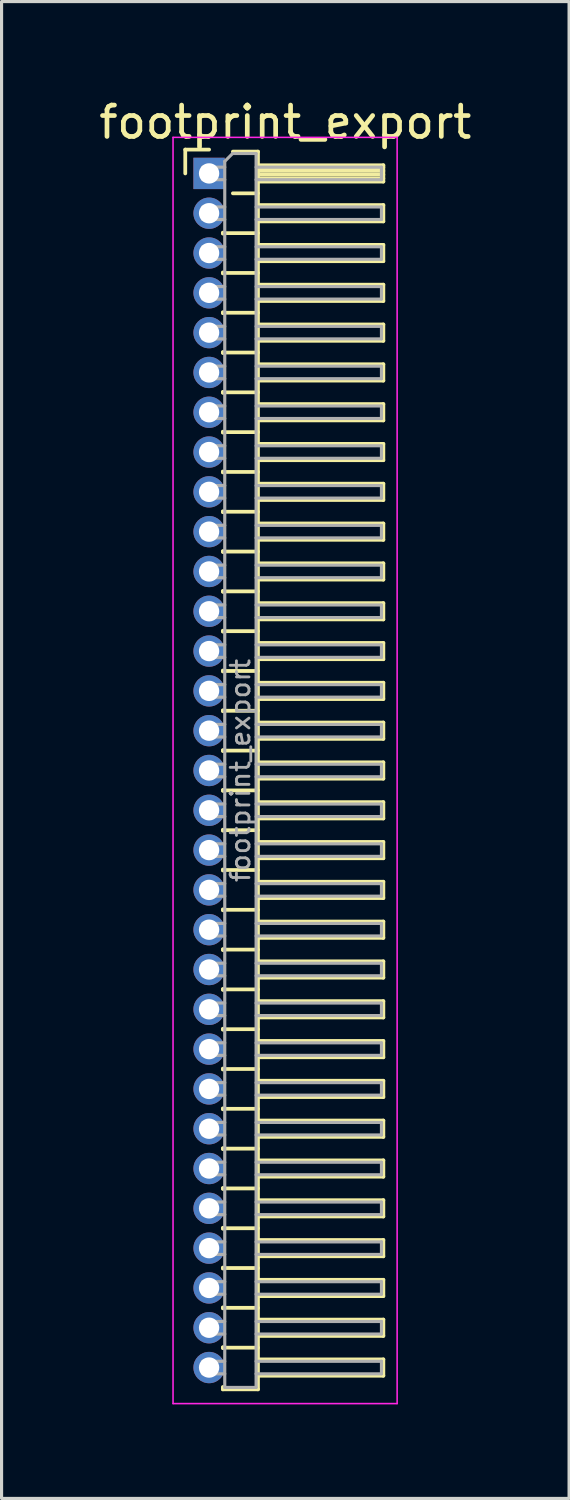
<source format=kicad_pcb>
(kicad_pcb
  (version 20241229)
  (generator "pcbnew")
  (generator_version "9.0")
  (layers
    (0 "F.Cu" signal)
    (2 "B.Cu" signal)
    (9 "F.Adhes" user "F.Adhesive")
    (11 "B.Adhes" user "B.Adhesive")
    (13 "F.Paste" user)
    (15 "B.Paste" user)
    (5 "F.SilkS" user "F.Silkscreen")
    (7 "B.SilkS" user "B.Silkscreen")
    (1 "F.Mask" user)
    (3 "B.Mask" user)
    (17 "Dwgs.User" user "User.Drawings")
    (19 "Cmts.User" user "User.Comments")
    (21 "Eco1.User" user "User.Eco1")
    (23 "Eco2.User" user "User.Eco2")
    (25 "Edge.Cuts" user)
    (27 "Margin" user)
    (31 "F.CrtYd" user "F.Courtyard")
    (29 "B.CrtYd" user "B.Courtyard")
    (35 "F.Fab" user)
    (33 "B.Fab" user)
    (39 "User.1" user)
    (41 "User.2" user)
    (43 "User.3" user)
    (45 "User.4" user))
  (footprint "footprint_export"
    (layer "F.Cu")
    (at 3.621 2.483)
    (property "Reference" "footprint_export" (at 2.433 -1.635 0) (layer "F.SilkS") (effects (font (size 1 1) (thickness 0.15))))
    (attr through_hole)
    (fp_line (start -0.76 -0.76) (end 0 -0.76) (stroke (width 0.12) (type solid)) (layer "F.SilkS"))
    (fp_line (start -0.76 0) (end -0.76 -0.76) (stroke (width 0.12) (type solid)) (layer "F.SilkS"))
    (fp_line (start 0.44 1.89) (end 0.44 1.92) (stroke (width 0.12) (type solid)) (layer "F.SilkS"))
    (fp_line (start 0.44 1.905) (end 1.56 1.905) (stroke (width 0.12) (type solid)) (layer "F.SilkS"))
    (fp_line (start 0.44 3.16) (end 0.44 3.19) (stroke (width 0.12) (type solid)) (layer "F.SilkS"))
    (fp_line (start 0.44 3.175) (end 1.56 3.175) (stroke (width 0.12) (type solid)) (layer "F.SilkS"))
    (fp_line (start 0.44 4.43) (end 0.44 4.46) (stroke (width 0.12) (type solid)) (layer "F.SilkS"))
    (fp_line (start 0.44 4.445) (end 1.56 4.445) (stroke (width 0.12) (type solid)) (layer "F.SilkS"))
    (fp_line (start 0.44 5.7) (end 0.44 5.73) (stroke (width 0.12) (type solid)) (layer "F.SilkS"))
    (fp_line (start 0.44 5.715) (end 1.56 5.715) (stroke (width 0.12) (type solid)) (layer "F.SilkS"))
    (fp_line (start 0.44 6.97) (end 0.44 7) (stroke (width 0.12) (type solid)) (layer "F.SilkS"))
    (fp_line (start 0.44 6.985) (end 1.56 6.985) (stroke (width 0.12) (type solid)) (layer "F.SilkS"))
    (fp_line (start 0.44 8.24) (end 0.44 8.27) (stroke (width 0.12) (type solid)) (layer "F.SilkS"))
    (fp_line (start 0.44 8.255) (end 1.56 8.255) (stroke (width 0.12) (type solid)) (layer "F.SilkS"))
    (fp_line (start 0.44 9.51) (end 0.44 9.54) (stroke (width 0.12) (type solid)) (layer "F.SilkS"))
    (fp_line (start 0.44 9.525) (end 1.56 9.525) (stroke (width 0.12) (type solid)) (layer "F.SilkS"))
    (fp_line (start 0.44 10.78) (end 0.44 10.81) (stroke (width 0.12) (type solid)) (layer "F.SilkS"))
    (fp_line (start 0.44 10.795) (end 1.56 10.795) (stroke (width 0.12) (type solid)) (layer "F.SilkS"))
    (fp_line (start 0.44 12.05) (end 0.44 12.08) (stroke (width 0.12) (type solid)) (layer "F.SilkS"))
    (fp_line (start 0.44 12.065) (end 1.56 12.065) (stroke (width 0.12) (type solid)) (layer "F.SilkS"))
    (fp_line (start 0.44 13.32) (end 0.44 13.35) (stroke (width 0.12) (type solid)) (layer "F.SilkS"))
    (fp_line (start 0.44 13.335) (end 1.56 13.335) (stroke (width 0.12) (type solid)) (layer "F.SilkS"))
    (fp_line (start 0.44 14.59) (end 0.44 14.62) (stroke (width 0.12) (type solid)) (layer "F.SilkS"))
    (fp_line (start 0.44 14.605) (end 1.56 14.605) (stroke (width 0.12) (type solid)) (layer "F.SilkS"))
    (fp_line (start 0.44 15.86) (end 0.44 15.89) (stroke (width 0.12) (type solid)) (layer "F.SilkS"))
    (fp_line (start 0.44 15.875) (end 1.56 15.875) (stroke (width 0.12) (type solid)) (layer "F.SilkS"))
    (fp_line (start 0.44 17.13) (end 0.44 17.16) (stroke (width 0.12) (type solid)) (layer "F.SilkS"))
    (fp_line (start 0.44 17.145) (end 1.56 17.145) (stroke (width 0.12) (type solid)) (layer "F.SilkS"))
    (fp_line (start 0.44 18.4) (end 0.44 18.43) (stroke (width 0.12) (type solid)) (layer "F.SilkS"))
    (fp_line (start 0.44 18.415) (end 1.56 18.415) (stroke (width 0.12) (type solid)) (layer "F.SilkS"))
    (fp_line (start 0.44 19.67) (end 0.44 19.7) (stroke (width 0.12) (type solid)) (layer "F.SilkS"))
    (fp_line (start 0.44 19.685) (end 1.56 19.685) (stroke (width 0.12) (type solid)) (layer "F.SilkS"))
    (fp_line (start 0.44 20.94) (end 0.44 20.97) (stroke (width 0.12) (type solid)) (layer "F.SilkS"))
    (fp_line (start 0.44 20.955) (end 1.56 20.955) (stroke (width 0.12) (type solid)) (layer "F.SilkS"))
    (fp_line (start 0.44 22.21) (end 0.44 22.24) (stroke (width 0.12) (type solid)) (layer "F.SilkS"))
    (fp_line (start 0.44 22.225) (end 1.56 22.225) (stroke (width 0.12) (type solid)) (layer "F.SilkS"))
    (fp_line (start 0.44 23.48) (end 0.44 23.51) (stroke (width 0.12) (type solid)) (layer "F.SilkS"))
    (fp_line (start 0.44 23.495) (end 1.56 23.495) (stroke (width 0.12) (type solid)) (layer "F.SilkS"))
    (fp_line (start 0.44 24.75) (end 0.44 24.78) (stroke (width 0.12) (type solid)) (layer "F.SilkS"))
    (fp_line (start 0.44 24.765) (end 1.56 24.765) (stroke (width 0.12) (type solid)) (layer "F.SilkS"))
    (fp_line (start 0.44 26.02) (end 0.44 26.05) (stroke (width 0.12) (type solid)) (layer "F.SilkS"))
    (fp_line (start 0.44 26.035) (end 1.56 26.035) (stroke (width 0.12) (type solid)) (layer "F.SilkS"))
    (fp_line (start 0.44 27.29) (end 0.44 27.32) (stroke (width 0.12) (type solid)) (layer "F.SilkS"))
    (fp_line (start 0.44 27.305) (end 1.56 27.305) (stroke (width 0.12) (type solid)) (layer "F.SilkS"))
    (fp_line (start 0.44 28.56) (end 0.44 28.59) (stroke (width 0.12) (type solid)) (layer "F.SilkS"))
    (fp_line (start 0.44 28.575) (end 1.56 28.575) (stroke (width 0.12) (type solid)) (layer "F.SilkS"))
    (fp_line (start 0.44 29.83) (end 0.44 29.86) (stroke (width 0.12) (type solid)) (layer "F.SilkS"))
    (fp_line (start 0.44 29.845) (end 1.56 29.845) (stroke (width 0.12) (type solid)) (layer "F.SilkS"))
    (fp_line (start 0.44 31.1) (end 0.44 31.13) (stroke (width 0.12) (type solid)) (layer "F.SilkS"))
    (fp_line (start 0.44 31.115) (end 1.56 31.115) (stroke (width 0.12) (type solid)) (layer "F.SilkS"))
    (fp_line (start 0.44 32.37) (end 0.44 32.4) (stroke (width 0.12) (type solid)) (layer "F.SilkS"))
    (fp_line (start 0.44 32.385) (end 1.56 32.385) (stroke (width 0.12) (type solid)) (layer "F.SilkS"))
    (fp_line (start 0.44 33.64) (end 0.44 33.67) (stroke (width 0.12) (type solid)) (layer "F.SilkS"))
    (fp_line (start 0.44 33.655) (end 1.56 33.655) (stroke (width 0.12) (type solid)) (layer "F.SilkS"))
    (fp_line (start 0.44 34.91) (end 0.44 34.94) (stroke (width 0.12) (type solid)) (layer "F.SilkS"))
    (fp_line (start 0.44 34.925) (end 1.56 34.925) (stroke (width 0.12) (type solid)) (layer "F.SilkS"))
    (fp_line (start 0.44 36.18) (end 0.44 36.21) (stroke (width 0.12) (type solid)) (layer "F.SilkS"))
    (fp_line (start 0.44 36.195) (end 1.56 36.195) (stroke (width 0.12) (type solid)) (layer "F.SilkS"))
    (fp_line (start 0.44 37.45) (end 0.44 37.48) (stroke (width 0.12) (type solid)) (layer "F.SilkS"))
    (fp_line (start 0.44 37.465) (end 1.56 37.465) (stroke (width 0.12) (type solid)) (layer "F.SilkS"))
    (fp_line (start 0.44 38.795) (end 0.44 38.72) (stroke (width 0.12) (type solid)) (layer "F.SilkS"))
    (fp_line (start 0.76 -0.695) (end 1.56 -0.695) (stroke (width 0.12) (type solid)) (layer "F.SilkS"))
    (fp_line (start 0.76 0.635) (end 1.56 0.635) (stroke (width 0.12) (type solid)) (layer "F.SilkS"))
    (fp_line (start 1.56 -0.695) (end 1.56 38.795) (stroke (width 0.12) (type solid)) (layer "F.SilkS"))
    (fp_line (start 1.56 -0.26) (end 5.56 -0.26) (stroke (width 0.12) (type solid)) (layer "F.SilkS"))
    (fp_line (start 1.56 -0.2) (end 5.56 -0.2) (stroke (width 0.12) (type solid)) (layer "F.SilkS"))
    (fp_line (start 1.56 -0.08) (end 5.56 -0.08) (stroke (width 0.12) (type solid)) (layer "F.SilkS"))
    (fp_line (start 1.56 0.04) (end 5.56 0.04) (stroke (width 0.12) (type solid)) (layer "F.SilkS"))
    (fp_line (start 1.56 0.16) (end 5.56 0.16) (stroke (width 0.12) (type solid)) (layer "F.SilkS"))
    (fp_line (start 1.56 1.01) (end 5.56 1.01) (stroke (width 0.12) (type solid)) (layer "F.SilkS"))
    (fp_line (start 1.56 2.28) (end 5.56 2.28) (stroke (width 0.12) (type solid)) (layer "F.SilkS"))
    (fp_line (start 1.56 3.55) (end 5.56 3.55) (stroke (width 0.12) (type solid)) (layer "F.SilkS"))
    (fp_line (start 1.56 4.82) (end 5.56 4.82) (stroke (width 0.12) (type solid)) (layer "F.SilkS"))
    (fp_line (start 1.56 6.09) (end 5.56 6.09) (stroke (width 0.12) (type solid)) (layer "F.SilkS"))
    (fp_line (start 1.56 7.36) (end 5.56 7.36) (stroke (width 0.12) (type solid)) (layer "F.SilkS"))
    (fp_line (start 1.56 8.63) (end 5.56 8.63) (stroke (width 0.12) (type solid)) (layer "F.SilkS"))
    (fp_line (start 1.56 9.9) (end 5.56 9.9) (stroke (width 0.12) (type solid)) (layer "F.SilkS"))
    (fp_line (start 1.56 11.17) (end 5.56 11.17) (stroke (width 0.12) (type solid)) (layer "F.SilkS"))
    (fp_line (start 1.56 12.44) (end 5.56 12.44) (stroke (width 0.12) (type solid)) (layer "F.SilkS"))
    (fp_line (start 1.56 13.71) (end 5.56 13.71) (stroke (width 0.12) (type solid)) (layer "F.SilkS"))
    (fp_line (start 1.56 14.98) (end 5.56 14.98) (stroke (width 0.12) (type solid)) (layer "F.SilkS"))
    (fp_line (start 1.56 16.25) (end 5.56 16.25) (stroke (width 0.12) (type solid)) (layer "F.SilkS"))
    (fp_line (start 1.56 17.52) (end 5.56 17.52) (stroke (width 0.12) (type solid)) (layer "F.SilkS"))
    (fp_line (start 1.56 18.79) (end 5.56 18.79) (stroke (width 0.12) (type solid)) (layer "F.SilkS"))
    (fp_line (start 1.56 20.06) (end 5.56 20.06) (stroke (width 0.12) (type solid)) (layer "F.SilkS"))
    (fp_line (start 1.56 21.33) (end 5.56 21.33) (stroke (width 0.12) (type solid)) (layer "F.SilkS"))
    (fp_line (start 1.56 22.6) (end 5.56 22.6) (stroke (width 0.12) (type solid)) (layer "F.SilkS"))
    (fp_line (start 1.56 23.87) (end 5.56 23.87) (stroke (width 0.12) (type solid)) (layer "F.SilkS"))
    (fp_line (start 1.56 25.14) (end 5.56 25.14) (stroke (width 0.12) (type solid)) (layer "F.SilkS"))
    (fp_line (start 1.56 26.41) (end 5.56 26.41) (stroke (width 0.12) (type solid)) (layer "F.SilkS"))
    (fp_line (start 1.56 27.68) (end 5.56 27.68) (stroke (width 0.12) (type solid)) (layer "F.SilkS"))
    (fp_line (start 1.56 28.95) (end 5.56 28.95) (stroke (width 0.12) (type solid)) (layer "F.SilkS"))
    (fp_line (start 1.56 30.22) (end 5.56 30.22) (stroke (width 0.12) (type solid)) (layer "F.SilkS"))
    (fp_line (start 1.56 31.49) (end 5.56 31.49) (stroke (width 0.12) (type solid)) (layer "F.SilkS"))
    (fp_line (start 1.56 32.76) (end 5.56 32.76) (stroke (width 0.12) (type solid)) (layer "F.SilkS"))
    (fp_line (start 1.56 34.03) (end 5.56 34.03) (stroke (width 0.12) (type solid)) (layer "F.SilkS"))
    (fp_line (start 1.56 35.3) (end 5.56 35.3) (stroke (width 0.12) (type solid)) (layer "F.SilkS"))
    (fp_line (start 1.56 36.57) (end 5.56 36.57) (stroke (width 0.12) (type solid)) (layer "F.SilkS"))
    (fp_line (start 1.56 37.84) (end 5.56 37.84) (stroke (width 0.12) (type solid)) (layer "F.SilkS"))
    (fp_line (start 1.56 38.795) (end 0.44 38.795) (stroke (width 0.12) (type solid)) (layer "F.SilkS"))
    (fp_line (start 5.56 -0.26) (end 5.56 0.26) (stroke (width 0.12) (type solid)) (layer "F.SilkS"))
    (fp_line (start 5.56 0.26) (end 1.56 0.26) (stroke (width 0.12) (type solid)) (layer "F.SilkS"))
    (fp_line (start 5.56 1.01) (end 5.56 1.53) (stroke (width 0.12) (type solid)) (layer "F.SilkS"))
    (fp_line (start 5.56 1.53) (end 1.56 1.53) (stroke (width 0.12) (type solid)) (layer "F.SilkS"))
    (fp_line (start 5.56 2.28) (end 5.56 2.8) (stroke (width 0.12) (type solid)) (layer "F.SilkS"))
    (fp_line (start 5.56 2.8) (end 1.56 2.8) (stroke (width 0.12) (type solid)) (layer "F.SilkS"))
    (fp_line (start 5.56 3.55) (end 5.56 4.07) (stroke (width 0.12) (type solid)) (layer "F.SilkS"))
    (fp_line (start 5.56 4.07) (end 1.56 4.07) (stroke (width 0.12) (type solid)) (layer "F.SilkS"))
    (fp_line (start 5.56 4.82) (end 5.56 5.34) (stroke (width 0.12) (type solid)) (layer "F.SilkS"))
    (fp_line (start 5.56 5.34) (end 1.56 5.34) (stroke (width 0.12) (type solid)) (layer "F.SilkS"))
    (fp_line (start 5.56 6.09) (end 5.56 6.61) (stroke (width 0.12) (type solid)) (layer "F.SilkS"))
    (fp_line (start 5.56 6.61) (end 1.56 6.61) (stroke (width 0.12) (type solid)) (layer "F.SilkS"))
    (fp_line (start 5.56 7.36) (end 5.56 7.88) (stroke (width 0.12) (type solid)) (layer "F.SilkS"))
    (fp_line (start 5.56 7.88) (end 1.56 7.88) (stroke (width 0.12) (type solid)) (layer "F.SilkS"))
    (fp_line (start 5.56 8.63) (end 5.56 9.15) (stroke (width 0.12) (type solid)) (layer "F.SilkS"))
    (fp_line (start 5.56 9.15) (end 1.56 9.15) (stroke (width 0.12) (type solid)) (layer "F.SilkS"))
    (fp_line (start 5.56 9.9) (end 5.56 10.42) (stroke (width 0.12) (type solid)) (layer "F.SilkS"))
    (fp_line (start 5.56 10.42) (end 1.56 10.42) (stroke (width 0.12) (type solid)) (layer "F.SilkS"))
    (fp_line (start 5.56 11.17) (end 5.56 11.69) (stroke (width 0.12) (type solid)) (layer "F.SilkS"))
    (fp_line (start 5.56 11.69) (end 1.56 11.69) (stroke (width 0.12) (type solid)) (layer "F.SilkS"))
    (fp_line (start 5.56 12.44) (end 5.56 12.96) (stroke (width 0.12) (type solid)) (layer "F.SilkS"))
    (fp_line (start 5.56 12.96) (end 1.56 12.96) (stroke (width 0.12) (type solid)) (layer "F.SilkS"))
    (fp_line (start 5.56 13.71) (end 5.56 14.23) (stroke (width 0.12) (type solid)) (layer "F.SilkS"))
    (fp_line (start 5.56 14.23) (end 1.56 14.23) (stroke (width 0.12) (type solid)) (layer "F.SilkS"))
    (fp_line (start 5.56 14.98) (end 5.56 15.5) (stroke (width 0.12) (type solid)) (layer "F.SilkS"))
    (fp_line (start 5.56 15.5) (end 1.56 15.5) (stroke (width 0.12) (type solid)) (layer "F.SilkS"))
    (fp_line (start 5.56 16.25) (end 5.56 16.77) (stroke (width 0.12) (type solid)) (layer "F.SilkS"))
    (fp_line (start 5.56 16.77) (end 1.56 16.77) (stroke (width 0.12) (type solid)) (layer "F.SilkS"))
    (fp_line (start 5.56 17.52) (end 5.56 18.04) (stroke (width 0.12) (type solid)) (layer "F.SilkS"))
    (fp_line (start 5.56 18.04) (end 1.56 18.04) (stroke (width 0.12) (type solid)) (layer "F.SilkS"))
    (fp_line (start 5.56 18.79) (end 5.56 19.31) (stroke (width 0.12) (type solid)) (layer "F.SilkS"))
    (fp_line (start 5.56 19.31) (end 1.56 19.31) (stroke (width 0.12) (type solid)) (layer "F.SilkS"))
    (fp_line (start 5.56 20.06) (end 5.56 20.58) (stroke (width 0.12) (type solid)) (layer "F.SilkS"))
    (fp_line (start 5.56 20.58) (end 1.56 20.58) (stroke (width 0.12) (type solid)) (layer "F.SilkS"))
    (fp_line (start 5.56 21.33) (end 5.56 21.85) (stroke (width 0.12) (type solid)) (layer "F.SilkS"))
    (fp_line (start 5.56 21.85) (end 1.56 21.85) (stroke (width 0.12) (type solid)) (layer "F.SilkS"))
    (fp_line (start 5.56 22.6) (end 5.56 23.12) (stroke (width 0.12) (type solid)) (layer "F.SilkS"))
    (fp_line (start 5.56 23.12) (end 1.56 23.12) (stroke (width 0.12) (type solid)) (layer "F.SilkS"))
    (fp_line (start 5.56 23.87) (end 5.56 24.39) (stroke (width 0.12) (type solid)) (layer "F.SilkS"))
    (fp_line (start 5.56 24.39) (end 1.56 24.39) (stroke (width 0.12) (type solid)) (layer "F.SilkS"))
    (fp_line (start 5.56 25.14) (end 5.56 25.66) (stroke (width 0.12) (type solid)) (layer "F.SilkS"))
    (fp_line (start 5.56 25.66) (end 1.56 25.66) (stroke (width 0.12) (type solid)) (layer "F.SilkS"))
    (fp_line (start 5.56 26.41) (end 5.56 26.93) (stroke (width 0.12) (type solid)) (layer "F.SilkS"))
    (fp_line (start 5.56 26.93) (end 1.56 26.93) (stroke (width 0.12) (type solid)) (layer "F.SilkS"))
    (fp_line (start 5.56 27.68) (end 5.56 28.2) (stroke (width 0.12) (type solid)) (layer "F.SilkS"))
    (fp_line (start 5.56 28.2) (end 1.56 28.2) (stroke (width 0.12) (type solid)) (layer "F.SilkS"))
    (fp_line (start 5.56 28.95) (end 5.56 29.47) (stroke (width 0.12) (type solid)) (layer "F.SilkS"))
    (fp_line (start 5.56 29.47) (end 1.56 29.47) (stroke (width 0.12) (type solid)) (layer "F.SilkS"))
    (fp_line (start 5.56 30.22) (end 5.56 30.74) (stroke (width 0.12) (type solid)) (layer "F.SilkS"))
    (fp_line (start 5.56 30.74) (end 1.56 30.74) (stroke (width 0.12) (type solid)) (layer "F.SilkS"))
    (fp_line (start 5.56 31.49) (end 5.56 32.01) (stroke (width 0.12) (type solid)) (layer "F.SilkS"))
    (fp_line (start 5.56 32.01) (end 1.56 32.01) (stroke (width 0.12) (type solid)) (layer "F.SilkS"))
    (fp_line (start 5.56 32.76) (end 5.56 33.28) (stroke (width 0.12) (type solid)) (layer "F.SilkS"))
    (fp_line (start 5.56 33.28) (end 1.56 33.28) (stroke (width 0.12) (type solid)) (layer "F.SilkS"))
    (fp_line (start 5.56 34.03) (end 5.56 34.55) (stroke (width 0.12) (type solid)) (layer "F.SilkS"))
    (fp_line (start 5.56 34.55) (end 1.56 34.55) (stroke (width 0.12) (type solid)) (layer "F.SilkS"))
    (fp_line (start 5.56 35.3) (end 5.56 35.82) (stroke (width 0.12) (type solid)) (layer "F.SilkS"))
    (fp_line (start 5.56 35.82) (end 1.56 35.82) (stroke (width 0.12) (type solid)) (layer "F.SilkS"))
    (fp_line (start 5.56 36.57) (end 5.56 37.09) (stroke (width 0.12) (type solid)) (layer "F.SilkS"))
    (fp_line (start 5.56 37.09) (end 1.56 37.09) (stroke (width 0.12) (type solid)) (layer "F.SilkS"))
    (fp_line (start 5.56 37.84) (end 5.56 38.36) (stroke (width 0.12) (type solid)) (layer "F.SilkS"))
    (fp_line (start 5.56 38.36) (end 1.56 38.36) (stroke (width 0.12) (type solid)) (layer "F.SilkS"))
    (fp_line (start -1.15 -1.15) (end -1.15 39.25) (stroke (width 0.05) (type solid)) (layer "F.CrtYd"))
    (fp_line (start -1.15 39.25) (end 6 39.25) (stroke (width 0.05) (type solid)) (layer "F.CrtYd"))
    (fp_line (start 6 -1.15) (end -1.15 -1.15) (stroke (width 0.05) (type solid)) (layer "F.CrtYd"))
    (fp_line (start 6 39.25) (end 6 -1.15) (stroke (width 0.05) (type solid)) (layer "F.CrtYd"))
    (fp_line (start -0.2 -0.2) (end -0.2 0.2) (stroke (width 0.1) (type solid)) (layer "F.Fab"))
    (fp_line (start -0.2 -0.2) (end 0.5 -0.2) (stroke (width 0.1) (type solid)) (layer "F.Fab"))
    (fp_line (start -0.2 0.2) (end 0.5 0.2) (stroke (width 0.1) (type solid)) (layer "F.Fab"))
    (fp_line (start -0.2 1.07) (end -0.2 1.47) (stroke (width 0.1) (type solid)) (layer "F.Fab"))
    (fp_line (start -0.2 1.07) (end 0.5 1.07) (stroke (width 0.1) (type solid)) (layer "F.Fab"))
    (fp_line (start -0.2 1.47) (end 0.5 1.47) (stroke (width 0.1) (type solid)) (layer "F.Fab"))
    (fp_line (start -0.2 2.34) (end -0.2 2.74) (stroke (width 0.1) (type solid)) (layer "F.Fab"))
    (fp_line (start -0.2 2.34) (end 0.5 2.34) (stroke (width 0.1) (type solid)) (layer "F.Fab"))
    (fp_line (start -0.2 2.74) (end 0.5 2.74) (stroke (width 0.1) (type solid)) (layer "F.Fab"))
    (fp_line (start -0.2 3.61) (end -0.2 4.01) (stroke (width 0.1) (type solid)) (layer "F.Fab"))
    (fp_line (start -0.2 3.61) (end 0.5 3.61) (stroke (width 0.1) (type solid)) (layer "F.Fab"))
    (fp_line (start -0.2 4.01) (end 0.5 4.01) (stroke (width 0.1) (type solid)) (layer "F.Fab"))
    (fp_line (start -0.2 4.88) (end -0.2 5.28) (stroke (width 0.1) (type solid)) (layer "F.Fab"))
    (fp_line (start -0.2 4.88) (end 0.5 4.88) (stroke (width 0.1) (type solid)) (layer "F.Fab"))
    (fp_line (start -0.2 5.28) (end 0.5 5.28) (stroke (width 0.1) (type solid)) (layer "F.Fab"))
    (fp_line (start -0.2 6.15) (end -0.2 6.55) (stroke (width 0.1) (type solid)) (layer "F.Fab"))
    (fp_line (start -0.2 6.15) (end 0.5 6.15) (stroke (width 0.1) (type solid)) (layer "F.Fab"))
    (fp_line (start -0.2 6.55) (end 0.5 6.55) (stroke (width 0.1) (type solid)) (layer "F.Fab"))
    (fp_line (start -0.2 7.42) (end -0.2 7.82) (stroke (width 0.1) (type solid)) (layer "F.Fab"))
    (fp_line (start -0.2 7.42) (end 0.5 7.42) (stroke (width 0.1) (type solid)) (layer "F.Fab"))
    (fp_line (start -0.2 7.82) (end 0.5 7.82) (stroke (width 0.1) (type solid)) (layer "F.Fab"))
    (fp_line (start -0.2 8.69) (end -0.2 9.09) (stroke (width 0.1) (type solid)) (layer "F.Fab"))
    (fp_line (start -0.2 8.69) (end 0.5 8.69) (stroke (width 0.1) (type solid)) (layer "F.Fab"))
    (fp_line (start -0.2 9.09) (end 0.5 9.09) (stroke (width 0.1) (type solid)) (layer "F.Fab"))
    (fp_line (start -0.2 9.96) (end -0.2 10.36) (stroke (width 0.1) (type solid)) (layer "F.Fab"))
    (fp_line (start -0.2 9.96) (end 0.5 9.96) (stroke (width 0.1) (type solid)) (layer "F.Fab"))
    (fp_line (start -0.2 10.36) (end 0.5 10.36) (stroke (width 0.1) (type solid)) (layer "F.Fab"))
    (fp_line (start -0.2 11.23) (end -0.2 11.63) (stroke (width 0.1) (type solid)) (layer "F.Fab"))
    (fp_line (start -0.2 11.23) (end 0.5 11.23) (stroke (width 0.1) (type solid)) (layer "F.Fab"))
    (fp_line (start -0.2 11.63) (end 0.5 11.63) (stroke (width 0.1) (type solid)) (layer "F.Fab"))
    (fp_line (start -0.2 12.5) (end -0.2 12.9) (stroke (width 0.1) (type solid)) (layer "F.Fab"))
    (fp_line (start -0.2 12.5) (end 0.5 12.5) (stroke (width 0.1) (type solid)) (layer "F.Fab"))
    (fp_line (start -0.2 12.9) (end 0.5 12.9) (stroke (width 0.1) (type solid)) (layer "F.Fab"))
    (fp_line (start -0.2 13.77) (end -0.2 14.17) (stroke (width 0.1) (type solid)) (layer "F.Fab"))
    (fp_line (start -0.2 13.77) (end 0.5 13.77) (stroke (width 0.1) (type solid)) (layer "F.Fab"))
    (fp_line (start -0.2 14.17) (end 0.5 14.17) (stroke (width 0.1) (type solid)) (layer "F.Fab"))
    (fp_line (start -0.2 15.04) (end -0.2 15.44) (stroke (width 0.1) (type solid)) (layer "F.Fab"))
    (fp_line (start -0.2 15.04) (end 0.5 15.04) (stroke (width 0.1) (type solid)) (layer "F.Fab"))
    (fp_line (start -0.2 15.44) (end 0.5 15.44) (stroke (width 0.1) (type solid)) (layer "F.Fab"))
    (fp_line (start -0.2 16.31) (end -0.2 16.71) (stroke (width 0.1) (type solid)) (layer "F.Fab"))
    (fp_line (start -0.2 16.31) (end 0.5 16.31) (stroke (width 0.1) (type solid)) (layer "F.Fab"))
    (fp_line (start -0.2 16.71) (end 0.5 16.71) (stroke (width 0.1) (type solid)) (layer "F.Fab"))
    (fp_line (start -0.2 17.58) (end -0.2 17.98) (stroke (width 0.1) (type solid)) (layer "F.Fab"))
    (fp_line (start -0.2 17.58) (end 0.5 17.58) (stroke (width 0.1) (type solid)) (layer "F.Fab"))
    (fp_line (start -0.2 17.98) (end 0.5 17.98) (stroke (width 0.1) (type solid)) (layer "F.Fab"))
    (fp_line (start -0.2 18.85) (end -0.2 19.25) (stroke (width 0.1) (type solid)) (layer "F.Fab"))
    (fp_line (start -0.2 18.85) (end 0.5 18.85) (stroke (width 0.1) (type solid)) (layer "F.Fab"))
    (fp_line (start -0.2 19.25) (end 0.5 19.25) (stroke (width 0.1) (type solid)) (layer "F.Fab"))
    (fp_line (start -0.2 20.12) (end -0.2 20.52) (stroke (width 0.1) (type solid)) (layer "F.Fab"))
    (fp_line (start -0.2 20.12) (end 0.5 20.12) (stroke (width 0.1) (type solid)) (layer "F.Fab"))
    (fp_line (start -0.2 20.52) (end 0.5 20.52) (stroke (width 0.1) (type solid)) (layer "F.Fab"))
    (fp_line (start -0.2 21.39) (end -0.2 21.79) (stroke (width 0.1) (type solid)) (layer "F.Fab"))
    (fp_line (start -0.2 21.39) (end 0.5 21.39) (stroke (width 0.1) (type solid)) (layer "F.Fab"))
    (fp_line (start -0.2 21.79) (end 0.5 21.79) (stroke (width 0.1) (type solid)) (layer "F.Fab"))
    (fp_line (start -0.2 22.66) (end -0.2 23.06) (stroke (width 0.1) (type solid)) (layer "F.Fab"))
    (fp_line (start -0.2 22.66) (end 0.5 22.66) (stroke (width 0.1) (type solid)) (layer "F.Fab"))
    (fp_line (start -0.2 23.06) (end 0.5 23.06) (stroke (width 0.1) (type solid)) (layer "F.Fab"))
    (fp_line (start -0.2 23.93) (end -0.2 24.33) (stroke (width 0.1) (type solid)) (layer "F.Fab"))
    (fp_line (start -0.2 23.93) (end 0.5 23.93) (stroke (width 0.1) (type solid)) (layer "F.Fab"))
    (fp_line (start -0.2 24.33) (end 0.5 24.33) (stroke (width 0.1) (type solid)) (layer "F.Fab"))
    (fp_line (start -0.2 25.2) (end -0.2 25.6) (stroke (width 0.1) (type solid)) (layer "F.Fab"))
    (fp_line (start -0.2 25.2) (end 0.5 25.2) (stroke (width 0.1) (type solid)) (layer "F.Fab"))
    (fp_line (start -0.2 25.6) (end 0.5 25.6) (stroke (width 0.1) (type solid)) (layer "F.Fab"))
    (fp_line (start -0.2 26.47) (end -0.2 26.87) (stroke (width 0.1) (type solid)) (layer "F.Fab"))
    (fp_line (start -0.2 26.47) (end 0.5 26.47) (stroke (width 0.1) (type solid)) (layer "F.Fab"))
    (fp_line (start -0.2 26.87) (end 0.5 26.87) (stroke (width 0.1) (type solid)) (layer "F.Fab"))
    (fp_line (start -0.2 27.74) (end -0.2 28.14) (stroke (width 0.1) (type solid)) (layer "F.Fab"))
    (fp_line (start -0.2 27.74) (end 0.5 27.74) (stroke (width 0.1) (type solid)) (layer "F.Fab"))
    (fp_line (start -0.2 28.14) (end 0.5 28.14) (stroke (width 0.1) (type solid)) (layer "F.Fab"))
    (fp_line (start -0.2 29.01) (end -0.2 29.41) (stroke (width 0.1) (type solid)) (layer "F.Fab"))
    (fp_line (start -0.2 29.01) (end 0.5 29.01) (stroke (width 0.1) (type solid)) (layer "F.Fab"))
    (fp_line (start -0.2 29.41) (end 0.5 29.41) (stroke (width 0.1) (type solid)) (layer "F.Fab"))
    (fp_line (start -0.2 30.28) (end -0.2 30.68) (stroke (width 0.1) (type solid)) (layer "F.Fab"))
    (fp_line (start -0.2 30.28) (end 0.5 30.28) (stroke (width 0.1) (type solid)) (layer "F.Fab"))
    (fp_line (start -0.2 30.68) (end 0.5 30.68) (stroke (width 0.1) (type solid)) (layer "F.Fab"))
    (fp_line (start -0.2 31.55) (end -0.2 31.95) (stroke (width 0.1) (type solid)) (layer "F.Fab"))
    (fp_line (start -0.2 31.55) (end 0.5 31.55) (stroke (width 0.1) (type solid)) (layer "F.Fab"))
    (fp_line (start -0.2 31.95) (end 0.5 31.95) (stroke (width 0.1) (type solid)) (layer "F.Fab"))
    (fp_line (start -0.2 32.82) (end -0.2 33.22) (stroke (width 0.1) (type solid)) (layer "F.Fab"))
    (fp_line (start -0.2 32.82) (end 0.5 32.82) (stroke (width 0.1) (type solid)) (layer "F.Fab"))
    (fp_line (start -0.2 33.22) (end 0.5 33.22) (stroke (width 0.1) (type solid)) (layer "F.Fab"))
    (fp_line (start -0.2 34.09) (end -0.2 34.49) (stroke (width 0.1) (type solid)) (layer "F.Fab"))
    (fp_line (start -0.2 34.09) (end 0.5 34.09) (stroke (width 0.1) (type solid)) (layer "F.Fab"))
    (fp_line (start -0.2 34.49) (end 0.5 34.49) (stroke (width 0.1) (type solid)) (layer "F.Fab"))
    (fp_line (start -0.2 35.36) (end -0.2 35.76) (stroke (width 0.1) (type solid)) (layer "F.Fab"))
    (fp_line (start -0.2 35.36) (end 0.5 35.36) (stroke (width 0.1) (type solid)) (layer "F.Fab"))
    (fp_line (start -0.2 35.76) (end 0.5 35.76) (stroke (width 0.1) (type solid)) (layer "F.Fab"))
    (fp_line (start -0.2 36.63) (end -0.2 37.03) (stroke (width 0.1) (type solid)) (layer "F.Fab"))
    (fp_line (start -0.2 36.63) (end 0.5 36.63) (stroke (width 0.1) (type solid)) (layer "F.Fab"))
    (fp_line (start -0.2 37.03) (end 0.5 37.03) (stroke (width 0.1) (type solid)) (layer "F.Fab"))
    (fp_line (start -0.2 37.9) (end -0.2 38.3) (stroke (width 0.1) (type solid)) (layer "F.Fab"))
    (fp_line (start -0.2 37.9) (end 0.5 37.9) (stroke (width 0.1) (type solid)) (layer "F.Fab"))
    (fp_line (start -0.2 38.3) (end 0.5 38.3) (stroke (width 0.1) (type solid)) (layer "F.Fab"))
    (fp_line (start 0.5 -0.385) (end 0.75 -0.635) (stroke (width 0.1) (type solid)) (layer "F.Fab"))
    (fp_line (start 0.5 38.735) (end 0.5 -0.385) (stroke (width 0.1) (type solid)) (layer "F.Fab"))
    (fp_line (start 0.75 -0.635) (end 1.5 -0.635) (stroke (width 0.1) (type solid)) (layer "F.Fab"))
    (fp_line (start 1.5 -0.635) (end 1.5 38.735) (stroke (width 0.1) (type solid)) (layer "F.Fab"))
    (fp_line (start 1.5 -0.2) (end 5.5 -0.2) (stroke (width 0.1) (type solid)) (layer "F.Fab"))
    (fp_line (start 1.5 0.2) (end 5.5 0.2) (stroke (width 0.1) (type solid)) (layer "F.Fab"))
    (fp_line (start 1.5 1.07) (end 5.5 1.07) (stroke (width 0.1) (type solid)) (layer "F.Fab"))
    (fp_line (start 1.5 1.47) (end 5.5 1.47) (stroke (width 0.1) (type solid)) (layer "F.Fab"))
    (fp_line (start 1.5 2.34) (end 5.5 2.34) (stroke (width 0.1) (type solid)) (layer "F.Fab"))
    (fp_line (start 1.5 2.74) (end 5.5 2.74) (stroke (width 0.1) (type solid)) (layer "F.Fab"))
    (fp_line (start 1.5 3.61) (end 5.5 3.61) (stroke (width 0.1) (type solid)) (layer "F.Fab"))
    (fp_line (start 1.5 4.01) (end 5.5 4.01) (stroke (width 0.1) (type solid)) (layer "F.Fab"))
    (fp_line (start 1.5 4.88) (end 5.5 4.88) (stroke (width 0.1) (type solid)) (layer "F.Fab"))
    (fp_line (start 1.5 5.28) (end 5.5 5.28) (stroke (width 0.1) (type solid)) (layer "F.Fab"))
    (fp_line (start 1.5 6.15) (end 5.5 6.15) (stroke (width 0.1) (type solid)) (layer "F.Fab"))
    (fp_line (start 1.5 6.55) (end 5.5 6.55) (stroke (width 0.1) (type solid)) (layer "F.Fab"))
    (fp_line (start 1.5 7.42) (end 5.5 7.42) (stroke (width 0.1) (type solid)) (layer "F.Fab"))
    (fp_line (start 1.5 7.82) (end 5.5 7.82) (stroke (width 0.1) (type solid)) (layer "F.Fab"))
    (fp_line (start 1.5 8.69) (end 5.5 8.69) (stroke (width 0.1) (type solid)) (layer "F.Fab"))
    (fp_line (start 1.5 9.09) (end 5.5 9.09) (stroke (width 0.1) (type solid)) (layer "F.Fab"))
    (fp_line (start 1.5 9.96) (end 5.5 9.96) (stroke (width 0.1) (type solid)) (layer "F.Fab"))
    (fp_line (start 1.5 10.36) (end 5.5 10.36) (stroke (width 0.1) (type solid)) (layer "F.Fab"))
    (fp_line (start 1.5 11.23) (end 5.5 11.23) (stroke (width 0.1) (type solid)) (layer "F.Fab"))
    (fp_line (start 1.5 11.63) (end 5.5 11.63) (stroke (width 0.1) (type solid)) (layer "F.Fab"))
    (fp_line (start 1.5 12.5) (end 5.5 12.5) (stroke (width 0.1) (type solid)) (layer "F.Fab"))
    (fp_line (start 1.5 12.9) (end 5.5 12.9) (stroke (width 0.1) (type solid)) (layer "F.Fab"))
    (fp_line (start 1.5 13.77) (end 5.5 13.77) (stroke (width 0.1) (type solid)) (layer "F.Fab"))
    (fp_line (start 1.5 14.17) (end 5.5 14.17) (stroke (width 0.1) (type solid)) (layer "F.Fab"))
    (fp_line (start 1.5 15.04) (end 5.5 15.04) (stroke (width 0.1) (type solid)) (layer "F.Fab"))
    (fp_line (start 1.5 15.44) (end 5.5 15.44) (stroke (width 0.1) (type solid)) (layer "F.Fab"))
    (fp_line (start 1.5 16.31) (end 5.5 16.31) (stroke (width 0.1) (type solid)) (layer "F.Fab"))
    (fp_line (start 1.5 16.71) (end 5.5 16.71) (stroke (width 0.1) (type solid)) (layer "F.Fab"))
    (fp_line (start 1.5 17.58) (end 5.5 17.58) (stroke (width 0.1) (type solid)) (layer "F.Fab"))
    (fp_line (start 1.5 17.98) (end 5.5 17.98) (stroke (width 0.1) (type solid)) (layer "F.Fab"))
    (fp_line (start 1.5 18.85) (end 5.5 18.85) (stroke (width 0.1) (type solid)) (layer "F.Fab"))
    (fp_line (start 1.5 19.25) (end 5.5 19.25) (stroke (width 0.1) (type solid)) (layer "F.Fab"))
    (fp_line (start 1.5 20.12) (end 5.5 20.12) (stroke (width 0.1) (type solid)) (layer "F.Fab"))
    (fp_line (start 1.5 20.52) (end 5.5 20.52) (stroke (width 0.1) (type solid)) (layer "F.Fab"))
    (fp_line (start 1.5 21.39) (end 5.5 21.39) (stroke (width 0.1) (type solid)) (layer "F.Fab"))
    (fp_line (start 1.5 21.79) (end 5.5 21.79) (stroke (width 0.1) (type solid)) (layer "F.Fab"))
    (fp_line (start 1.5 22.66) (end 5.5 22.66) (stroke (width 0.1) (type solid)) (layer "F.Fab"))
    (fp_line (start 1.5 23.06) (end 5.5 23.06) (stroke (width 0.1) (type solid)) (layer "F.Fab"))
    (fp_line (start 1.5 23.93) (end 5.5 23.93) (stroke (width 0.1) (type solid)) (layer "F.Fab"))
    (fp_line (start 1.5 24.33) (end 5.5 24.33) (stroke (width 0.1) (type solid)) (layer "F.Fab"))
    (fp_line (start 1.5 25.2) (end 5.5 25.2) (stroke (width 0.1) (type solid)) (layer "F.Fab"))
    (fp_line (start 1.5 25.6) (end 5.5 25.6) (stroke (width 0.1) (type solid)) (layer "F.Fab"))
    (fp_line (start 1.5 26.47) (end 5.5 26.47) (stroke (width 0.1) (type solid)) (layer "F.Fab"))
    (fp_line (start 1.5 26.87) (end 5.5 26.87) (stroke (width 0.1) (type solid)) (layer "F.Fab"))
    (fp_line (start 1.5 27.74) (end 5.5 27.74) (stroke (width 0.1) (type solid)) (layer "F.Fab"))
    (fp_line (start 1.5 28.14) (end 5.5 28.14) (stroke (width 0.1) (type solid)) (layer "F.Fab"))
    (fp_line (start 1.5 29.01) (end 5.5 29.01) (stroke (width 0.1) (type solid)) (layer "F.Fab"))
    (fp_line (start 1.5 29.41) (end 5.5 29.41) (stroke (width 0.1) (type solid)) (layer "F.Fab"))
    (fp_line (start 1.5 30.28) (end 5.5 30.28) (stroke (width 0.1) (type solid)) (layer "F.Fab"))
    (fp_line (start 1.5 30.68) (end 5.5 30.68) (stroke (width 0.1) (type solid)) (layer "F.Fab"))
    (fp_line (start 1.5 31.55) (end 5.5 31.55) (stroke (width 0.1) (type solid)) (layer "F.Fab"))
    (fp_line (start 1.5 31.95) (end 5.5 31.95) (stroke (width 0.1) (type solid)) (layer "F.Fab"))
    (fp_line (start 1.5 32.82) (end 5.5 32.82) (stroke (width 0.1) (type solid)) (layer "F.Fab"))
    (fp_line (start 1.5 33.22) (end 5.5 33.22) (stroke (width 0.1) (type solid)) (layer "F.Fab"))
    (fp_line (start 1.5 34.09) (end 5.5 34.09) (stroke (width 0.1) (type solid)) (layer "F.Fab"))
    (fp_line (start 1.5 34.49) (end 5.5 34.49) (stroke (width 0.1) (type solid)) (layer "F.Fab"))
    (fp_line (start 1.5 35.36) (end 5.5 35.36) (stroke (width 0.1) (type solid)) (layer "F.Fab"))
    (fp_line (start 1.5 35.76) (end 5.5 35.76) (stroke (width 0.1) (type solid)) (layer "F.Fab"))
    (fp_line (start 1.5 36.63) (end 5.5 36.63) (stroke (width 0.1) (type solid)) (layer "F.Fab"))
    (fp_line (start 1.5 37.03) (end 5.5 37.03) (stroke (width 0.1) (type solid)) (layer "F.Fab"))
    (fp_line (start 1.5 37.9) (end 5.5 37.9) (stroke (width 0.1) (type solid)) (layer "F.Fab"))
    (fp_line (start 1.5 38.3) (end 5.5 38.3) (stroke (width 0.1) (type solid)) (layer "F.Fab"))
    (fp_line (start 1.5 38.735) (end 0.5 38.735) (stroke (width 0.1) (type solid)) (layer "F.Fab"))
    (fp_line (start 5.5 -0.2) (end 5.5 0.2) (stroke (width 0.1) (type solid)) (layer "F.Fab"))
    (fp_line (start 5.5 1.07) (end 5.5 1.47) (stroke (width 0.1) (type solid)) (layer "F.Fab"))
    (fp_line (start 5.5 2.34) (end 5.5 2.74) (stroke (width 0.1) (type solid)) (layer "F.Fab"))
    (fp_line (start 5.5 3.61) (end 5.5 4.01) (stroke (width 0.1) (type solid)) (layer "F.Fab"))
    (fp_line (start 5.5 4.88) (end 5.5 5.28) (stroke (width 0.1) (type solid)) (layer "F.Fab"))
    (fp_line (start 5.5 6.15) (end 5.5 6.55) (stroke (width 0.1) (type solid)) (layer "F.Fab"))
    (fp_line (start 5.5 7.42) (end 5.5 7.82) (stroke (width 0.1) (type solid)) (layer "F.Fab"))
    (fp_line (start 5.5 8.69) (end 5.5 9.09) (stroke (width 0.1) (type solid)) (layer "F.Fab"))
    (fp_line (start 5.5 9.96) (end 5.5 10.36) (stroke (width 0.1) (type solid)) (layer "F.Fab"))
    (fp_line (start 5.5 11.23) (end 5.5 11.63) (stroke (width 0.1) (type solid)) (layer "F.Fab"))
    (fp_line (start 5.5 12.5) (end 5.5 12.9) (stroke (width 0.1) (type solid)) (layer "F.Fab"))
    (fp_line (start 5.5 13.77) (end 5.5 14.17) (stroke (width 0.1) (type solid)) (layer "F.Fab"))
    (fp_line (start 5.5 15.04) (end 5.5 15.44) (stroke (width 0.1) (type solid)) (layer "F.Fab"))
    (fp_line (start 5.5 16.31) (end 5.5 16.71) (stroke (width 0.1) (type solid)) (layer "F.Fab"))
    (fp_line (start 5.5 17.58) (end 5.5 17.98) (stroke (width 0.1) (type solid)) (layer "F.Fab"))
    (fp_line (start 5.5 18.85) (end 5.5 19.25) (stroke (width 0.1) (type solid)) (layer "F.Fab"))
    (fp_line (start 5.5 20.12) (end 5.5 20.52) (stroke (width 0.1) (type solid)) (layer "F.Fab"))
    (fp_line (start 5.5 21.39) (end 5.5 21.79) (stroke (width 0.1) (type solid)) (layer "F.Fab"))
    (fp_line (start 5.5 22.66) (end 5.5 23.06) (stroke (width 0.1) (type solid)) (layer "F.Fab"))
    (fp_line (start 5.5 23.93) (end 5.5 24.33) (stroke (width 0.1) (type solid)) (layer "F.Fab"))
    (fp_line (start 5.5 25.2) (end 5.5 25.6) (stroke (width 0.1) (type solid)) (layer "F.Fab"))
    (fp_line (start 5.5 26.47) (end 5.5 26.87) (stroke (width 0.1) (type solid)) (layer "F.Fab"))
    (fp_line (start 5.5 27.74) (end 5.5 28.14) (stroke (width 0.1) (type solid)) (layer "F.Fab"))
    (fp_line (start 5.5 29.01) (end 5.5 29.41) (stroke (width 0.1) (type solid)) (layer "F.Fab"))
    (fp_line (start 5.5 30.28) (end 5.5 30.68) (stroke (width 0.1) (type solid)) (layer "F.Fab"))
    (fp_line (start 5.5 31.55) (end 5.5 31.95) (stroke (width 0.1) (type solid)) (layer "F.Fab"))
    (fp_line (start 5.5 32.82) (end 5.5 33.22) (stroke (width 0.1) (type solid)) (layer "F.Fab"))
    (fp_line (start 5.5 34.09) (end 5.5 34.49) (stroke (width 0.1) (type solid)) (layer "F.Fab"))
    (fp_line (start 5.5 35.36) (end 5.5 35.76) (stroke (width 0.1) (type solid)) (layer "F.Fab"))
    (fp_line (start 5.5 36.63) (end 5.5 37.03) (stroke (width 0.1) (type solid)) (layer "F.Fab"))
    (fp_line (start 5.5 37.9) (end 5.5 38.3) (stroke (width 0.1) (type solid)) (layer "F.Fab"))
    (fp_text user "${REFERENCE}" (at 1 19.05 90) (layer "F.Fab") (effects (font (size 0.6 0.6) (thickness 0.09))))
    (pad "1" thru_hole rect (at 0 0) (size 1 1) (drill 0.65) (layers "*.Cu" "*.Mask"))
    (pad "2" thru_hole oval (at 0 1.27) (size 1 1) (drill 0.65) (layers "*.Cu" "*.Mask"))
    (pad "3" thru_hole oval (at 0 2.54) (size 1 1) (drill 0.65) (layers "*.Cu" "*.Mask"))
    (pad "4" thru_hole oval (at 0 3.81) (size 1 1) (drill 0.65) (layers "*.Cu" "*.Mask"))
    (pad "5" thru_hole oval (at 0 5.08) (size 1 1) (drill 0.65) (layers "*.Cu" "*.Mask"))
    (pad "6" thru_hole oval (at 0 6.35) (size 1 1) (drill 0.65) (layers "*.Cu" "*.Mask"))
    (pad "7" thru_hole oval (at 0 7.62) (size 1 1) (drill 0.65) (layers "*.Cu" "*.Mask"))
    (pad "8" thru_hole oval (at 0 8.89) (size 1 1) (drill 0.65) (layers "*.Cu" "*.Mask"))
    (pad "9" thru_hole oval (at 0 10.16) (size 1 1) (drill 0.65) (layers "*.Cu" "*.Mask"))
    (pad "10" thru_hole oval (at 0 11.43) (size 1 1) (drill 0.65) (layers "*.Cu" "*.Mask"))
    (pad "11" thru_hole oval (at 0 12.7) (size 1 1) (drill 0.65) (layers "*.Cu" "*.Mask"))
    (pad "12" thru_hole oval (at 0 13.97) (size 1 1) (drill 0.65) (layers "*.Cu" "*.Mask"))
    (pad "13" thru_hole oval (at 0 15.24) (size 1 1) (drill 0.65) (layers "*.Cu" "*.Mask"))
    (pad "14" thru_hole oval (at 0 16.51) (size 1 1) (drill 0.65) (layers "*.Cu" "*.Mask"))
    (pad "15" thru_hole oval (at 0 17.78) (size 1 1) (drill 0.65) (layers "*.Cu" "*.Mask"))
    (pad "16" thru_hole oval (at 0 19.05) (size 1 1) (drill 0.65) (layers "*.Cu" "*.Mask"))
    (pad "17" thru_hole oval (at 0 20.32) (size 1 1) (drill 0.65) (layers "*.Cu" "*.Mask"))
    (pad "18" thru_hole oval (at 0 21.59) (size 1 1) (drill 0.65) (layers "*.Cu" "*.Mask"))
    (pad "19" thru_hole oval (at 0 22.86) (size 1 1) (drill 0.65) (layers "*.Cu" "*.Mask"))
    (pad "20" thru_hole oval (at 0 24.13) (size 1 1) (drill 0.65) (layers "*.Cu" "*.Mask"))
    (pad "21" thru_hole oval (at 0 25.4) (size 1 1) (drill 0.65) (layers "*.Cu" "*.Mask"))
    (pad "22" thru_hole oval (at 0 26.67) (size 1 1) (drill 0.65) (layers "*.Cu" "*.Mask"))
    (pad "23" thru_hole oval (at 0 27.94) (size 1 1) (drill 0.65) (layers "*.Cu" "*.Mask"))
    (pad "24" thru_hole oval (at 0 29.21) (size 1 1) (drill 0.65) (layers "*.Cu" "*.Mask"))
    (pad "25" thru_hole oval (at 0 30.48) (size 1 1) (drill 0.65) (layers "*.Cu" "*.Mask"))
    (pad "26" thru_hole oval (at 0 31.75) (size 1 1) (drill 0.65) (layers "*.Cu" "*.Mask"))
    (pad "27" thru_hole oval (at 0 33.02) (size 1 1) (drill 0.65) (layers "*.Cu" "*.Mask"))
    (pad "28" thru_hole oval (at 0 34.29) (size 1 1) (drill 0.65) (layers "*.Cu" "*.Mask"))
    (pad "29" thru_hole oval (at 0 35.56) (size 1 1) (drill 0.65) (layers "*.Cu" "*.Mask"))
    (pad "30" thru_hole oval (at 0 36.83) (size 1 1) (drill 0.65) (layers "*.Cu" "*.Mask"))
    (pad "31" thru_hole oval (at 0 38.1) (size 1 1) (drill 0.65) (layers "*.Cu" "*.Mask")))
  (gr_rect
    (start -3 -3)
    (end 15.107 44.758)
    (stroke (width 0.1) (type default))
    (fill no)
    (layer "Edge.Cuts")))
</source>
